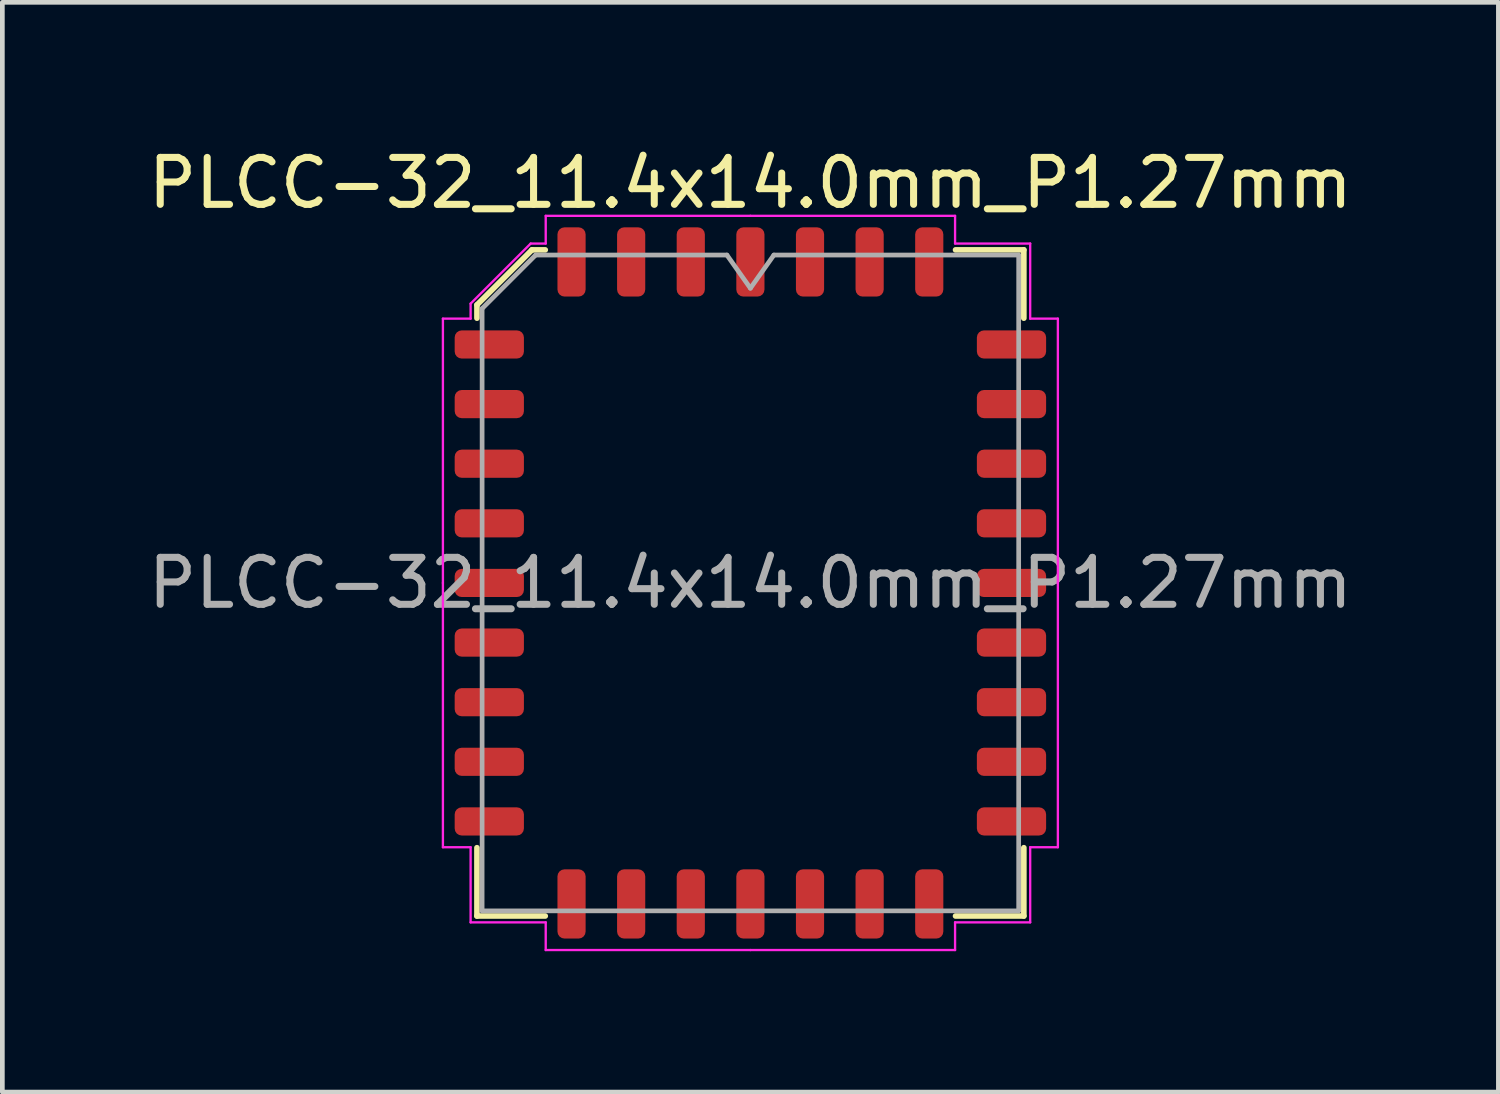
<source format=kicad_pcb>
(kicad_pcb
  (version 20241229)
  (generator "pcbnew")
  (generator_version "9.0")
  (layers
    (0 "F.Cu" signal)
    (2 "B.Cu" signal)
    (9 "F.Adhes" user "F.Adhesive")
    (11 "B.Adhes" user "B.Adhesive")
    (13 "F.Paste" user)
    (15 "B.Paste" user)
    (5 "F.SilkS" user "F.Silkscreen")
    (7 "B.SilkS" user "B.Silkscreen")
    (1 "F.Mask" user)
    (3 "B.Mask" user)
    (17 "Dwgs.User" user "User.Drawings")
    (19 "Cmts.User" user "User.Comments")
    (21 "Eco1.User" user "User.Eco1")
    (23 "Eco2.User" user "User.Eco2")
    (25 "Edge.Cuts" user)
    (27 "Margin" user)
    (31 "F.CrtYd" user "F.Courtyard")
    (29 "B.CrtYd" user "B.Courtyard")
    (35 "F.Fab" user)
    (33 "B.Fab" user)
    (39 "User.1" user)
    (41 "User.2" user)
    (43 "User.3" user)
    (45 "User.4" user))
  (footprint "PLCC-32_11.4x14.0mm_P1.27mm"
    (layer "F.Cu")
    (at 12.935 9.368)
    (property "Reference" "PLCC-32_11.4x14.0mm_P1.27mm" (at 0 -8.52 0) (layer "F.SilkS") (effects (font (size 1 1) (thickness 0.15))))
    (attr smd)
    (fp_line (start -5.825 -5.923) (end -5.825 -5.64) (stroke (width 0.12) (type solid)) (layer "F.SilkS"))
    (fp_line (start -5.825 7.095) (end -5.825 5.64) (stroke (width 0.12) (type solid)) (layer "F.SilkS"))
    (fp_line (start -4.653 -7.095) (end -5.825 -5.923) (stroke (width 0.12) (type solid)) (layer "F.SilkS"))
    (fp_line (start -4.37 -7.095) (end -4.653 -7.095) (stroke (width 0.12) (type solid)) (layer "F.SilkS"))
    (fp_line (start -4.37 7.095) (end -5.825 7.095) (stroke (width 0.12) (type solid)) (layer "F.SilkS"))
    (fp_line (start 4.37 -7.095) (end 5.825 -7.095) (stroke (width 0.12) (type solid)) (layer "F.SilkS"))
    (fp_line (start 4.37 7.095) (end 5.825 7.095) (stroke (width 0.12) (type solid)) (layer "F.SilkS"))
    (fp_line (start 5.825 -7.095) (end 5.825 -5.64) (stroke (width 0.12) (type solid)) (layer "F.SilkS"))
    (fp_line (start 5.825 7.095) (end 5.825 5.64) (stroke (width 0.12) (type solid)) (layer "F.SilkS"))
    (fp_line (start -6.55 -5.63) (end -6.55 0) (stroke (width 0.05) (type solid)) (layer "F.CrtYd"))
    (fp_line (start -6.55 5.63) (end -6.55 0) (stroke (width 0.05) (type solid)) (layer "F.CrtYd"))
    (fp_line (start -5.96 -5.95) (end -5.96 -5.63) (stroke (width 0.05) (type solid)) (layer "F.CrtYd"))
    (fp_line (start -5.96 -5.63) (end -6.55 -5.63) (stroke (width 0.05) (type solid)) (layer "F.CrtYd"))
    (fp_line (start -5.96 5.63) (end -6.55 5.63) (stroke (width 0.05) (type solid)) (layer "F.CrtYd"))
    (fp_line (start -5.96 7.23) (end -5.96 5.63) (stroke (width 0.05) (type solid)) (layer "F.CrtYd"))
    (fp_line (start -4.68 -7.23) (end -5.96 -5.95) (stroke (width 0.05) (type solid)) (layer "F.CrtYd"))
    (fp_line (start -4.36 -7.82) (end -4.36 -7.23) (stroke (width 0.05) (type solid)) (layer "F.CrtYd"))
    (fp_line (start -4.36 -7.23) (end -4.68 -7.23) (stroke (width 0.05) (type solid)) (layer "F.CrtYd"))
    (fp_line (start -4.36 7.23) (end -5.96 7.23) (stroke (width 0.05) (type solid)) (layer "F.CrtYd"))
    (fp_line (start -4.36 7.82) (end -4.36 7.23) (stroke (width 0.05) (type solid)) (layer "F.CrtYd"))
    (fp_line (start 0 -7.82) (end -4.36 -7.82) (stroke (width 0.05) (type solid)) (layer "F.CrtYd"))
    (fp_line (start 0 -7.82) (end 4.36 -7.82) (stroke (width 0.05) (type solid)) (layer "F.CrtYd"))
    (fp_line (start 0 7.82) (end -4.36 7.82) (stroke (width 0.05) (type solid)) (layer "F.CrtYd"))
    (fp_line (start 0 7.82) (end 4.36 7.82) (stroke (width 0.05) (type solid)) (layer "F.CrtYd"))
    (fp_line (start 4.36 -7.82) (end 4.36 -7.23) (stroke (width 0.05) (type solid)) (layer "F.CrtYd"))
    (fp_line (start 4.36 -7.23) (end 5.96 -7.23) (stroke (width 0.05) (type solid)) (layer "F.CrtYd"))
    (fp_line (start 4.36 7.23) (end 5.96 7.23) (stroke (width 0.05) (type solid)) (layer "F.CrtYd"))
    (fp_line (start 4.36 7.82) (end 4.36 7.23) (stroke (width 0.05) (type solid)) (layer "F.CrtYd"))
    (fp_line (start 5.96 -7.23) (end 5.96 -5.63) (stroke (width 0.05) (type solid)) (layer "F.CrtYd"))
    (fp_line (start 5.96 -5.63) (end 6.55 -5.63) (stroke (width 0.05) (type solid)) (layer "F.CrtYd"))
    (fp_line (start 5.96 5.63) (end 6.55 5.63) (stroke (width 0.05) (type solid)) (layer "F.CrtYd"))
    (fp_line (start 5.96 7.23) (end 5.96 5.63) (stroke (width 0.05) (type solid)) (layer "F.CrtYd"))
    (fp_line (start 6.55 -5.63) (end 6.55 0) (stroke (width 0.05) (type solid)) (layer "F.CrtYd"))
    (fp_line (start 6.55 5.63) (end 6.55 0) (stroke (width 0.05) (type solid)) (layer "F.CrtYd"))
    (fp_line (start -5.715 -5.845) (end -4.575 -6.985) (stroke (width 0.1) (type solid)) (layer "F.Fab"))
    (fp_line (start -5.715 6.985) (end -5.715 -5.845) (stroke (width 0.1) (type solid)) (layer "F.Fab"))
    (fp_line (start -4.575 -6.985) (end -0.5 -6.985) (stroke (width 0.1) (type solid)) (layer "F.Fab"))
    (fp_line (start -0.5 -6.985) (end 0 -6.278) (stroke (width 0.1) (type solid)) (layer "F.Fab"))
    (fp_line (start 0 -6.278) (end 0.5 -6.985) (stroke (width 0.1) (type solid)) (layer "F.Fab"))
    (fp_line (start 0.5 -6.985) (end 5.715 -6.985) (stroke (width 0.1) (type solid)) (layer "F.Fab"))
    (fp_line (start 5.715 -6.985) (end 5.715 6.985) (stroke (width 0.1) (type solid)) (layer "F.Fab"))
    (fp_line (start 5.715 6.985) (end -5.715 6.985) (stroke (width 0.1) (type solid)) (layer "F.Fab"))
    (fp_text user "${REFERENCE}" (at 0 0 0) (layer "F.Fab") (effects (font (size 1 1) (thickness 0.15))))
    (pad "1" smd roundrect (at 0 -6.838) (size 0.6 1.475) (layers "F.Cu" "F.Mask" "F.Paste") (roundrect_rratio 0.25))
    (pad "2" smd roundrect (at -1.27 -6.838) (size 0.6 1.475) (layers "F.Cu" "F.Mask" "F.Paste") (roundrect_rratio 0.25))
    (pad "3" smd roundrect (at -2.54 -6.838) (size 0.6 1.475) (layers "F.Cu" "F.Mask" "F.Paste") (roundrect_rratio 0.25))
    (pad "4" smd roundrect (at -3.81 -6.838) (size 0.6 1.475) (layers "F.Cu" "F.Mask" "F.Paste") (roundrect_rratio 0.25))
    (pad "5" smd roundrect (at -5.562 -5.08) (size 1.475 0.6) (layers "F.Cu" "F.Mask" "F.Paste") (roundrect_rratio 0.25))
    (pad "6" smd roundrect (at -5.562 -3.81) (size 1.475 0.6) (layers "F.Cu" "F.Mask" "F.Paste") (roundrect_rratio 0.25))
    (pad "7" smd roundrect (at -5.562 -2.54) (size 1.475 0.6) (layers "F.Cu" "F.Mask" "F.Paste") (roundrect_rratio 0.25))
    (pad "8" smd roundrect (at -5.562 -1.27) (size 1.475 0.6) (layers "F.Cu" "F.Mask" "F.Paste") (roundrect_rratio 0.25))
    (pad "9" smd roundrect (at -5.562 0) (size 1.475 0.6) (layers "F.Cu" "F.Mask" "F.Paste") (roundrect_rratio 0.25))
    (pad "10" smd roundrect (at -5.562 1.27) (size 1.475 0.6) (layers "F.Cu" "F.Mask" "F.Paste") (roundrect_rratio 0.25))
    (pad "11" smd roundrect (at -5.562 2.54) (size 1.475 0.6) (layers "F.Cu" "F.Mask" "F.Paste") (roundrect_rratio 0.25))
    (pad "12" smd roundrect (at -5.562 3.81) (size 1.475 0.6) (layers "F.Cu" "F.Mask" "F.Paste") (roundrect_rratio 0.25))
    (pad "13" smd roundrect (at -5.562 5.08) (size 1.475 0.6) (layers "F.Cu" "F.Mask" "F.Paste") (roundrect_rratio 0.25))
    (pad "14" smd roundrect (at -3.81 6.838) (size 0.6 1.475) (layers "F.Cu" "F.Mask" "F.Paste") (roundrect_rratio 0.25))
    (pad "15" smd roundrect (at -2.54 6.838) (size 0.6 1.475) (layers "F.Cu" "F.Mask" "F.Paste") (roundrect_rratio 0.25))
    (pad "16" smd roundrect (at -1.27 6.838) (size 0.6 1.475) (layers "F.Cu" "F.Mask" "F.Paste") (roundrect_rratio 0.25))
    (pad "17" smd roundrect (at 0 6.838) (size 0.6 1.475) (layers "F.Cu" "F.Mask" "F.Paste") (roundrect_rratio 0.25))
    (pad "18" smd roundrect (at 1.27 6.838) (size 0.6 1.475) (layers "F.Cu" "F.Mask" "F.Paste") (roundrect_rratio 0.25))
    (pad "19" smd roundrect (at 2.54 6.838) (size 0.6 1.475) (layers "F.Cu" "F.Mask" "F.Paste") (roundrect_rratio 0.25))
    (pad "20" smd roundrect (at 3.81 6.838) (size 0.6 1.475) (layers "F.Cu" "F.Mask" "F.Paste") (roundrect_rratio 0.25))
    (pad "21" smd roundrect (at 5.562 5.08) (size 1.475 0.6) (layers "F.Cu" "F.Mask" "F.Paste") (roundrect_rratio 0.25))
    (pad "22" smd roundrect (at 5.562 3.81) (size 1.475 0.6) (layers "F.Cu" "F.Mask" "F.Paste") (roundrect_rratio 0.25))
    (pad "23" smd roundrect (at 5.562 2.54) (size 1.475 0.6) (layers "F.Cu" "F.Mask" "F.Paste") (roundrect_rratio 0.25))
    (pad "24" smd roundrect (at 5.562 1.27) (size 1.475 0.6) (layers "F.Cu" "F.Mask" "F.Paste") (roundrect_rratio 0.25))
    (pad "25" smd roundrect (at 5.562 0) (size 1.475 0.6) (layers "F.Cu" "F.Mask" "F.Paste") (roundrect_rratio 0.25))
    (pad "26" smd roundrect (at 5.562 -1.27) (size 1.475 0.6) (layers "F.Cu" "F.Mask" "F.Paste") (roundrect_rratio 0.25))
    (pad "27" smd roundrect (at 5.562 -2.54) (size 1.475 0.6) (layers "F.Cu" "F.Mask" "F.Paste") (roundrect_rratio 0.25))
    (pad "28" smd roundrect (at 5.562 -3.81) (size 1.475 0.6) (layers "F.Cu" "F.Mask" "F.Paste") (roundrect_rratio 0.25))
    (pad "29" smd roundrect (at 5.562 -5.08) (size 1.475 0.6) (layers "F.Cu" "F.Mask" "F.Paste") (roundrect_rratio 0.25))
    (pad "30" smd roundrect (at 3.81 -6.838) (size 0.6 1.475) (layers "F.Cu" "F.Mask" "F.Paste") (roundrect_rratio 0.25))
    (pad "31" smd roundrect (at 2.54 -6.838) (size 0.6 1.475) (layers "F.Cu" "F.Mask" "F.Paste") (roundrect_rratio 0.25))
    (pad "32" smd roundrect (at 1.27 -6.838) (size 0.6 1.475) (layers "F.Cu" "F.Mask" "F.Paste") (roundrect_rratio 0.25)))
  (gr_rect
    (start -3 -3)
    (end 28.869 20.213)
    (stroke (width 0.1) (type default))
    (fill no)
    (layer "Edge.Cuts")))
</source>
